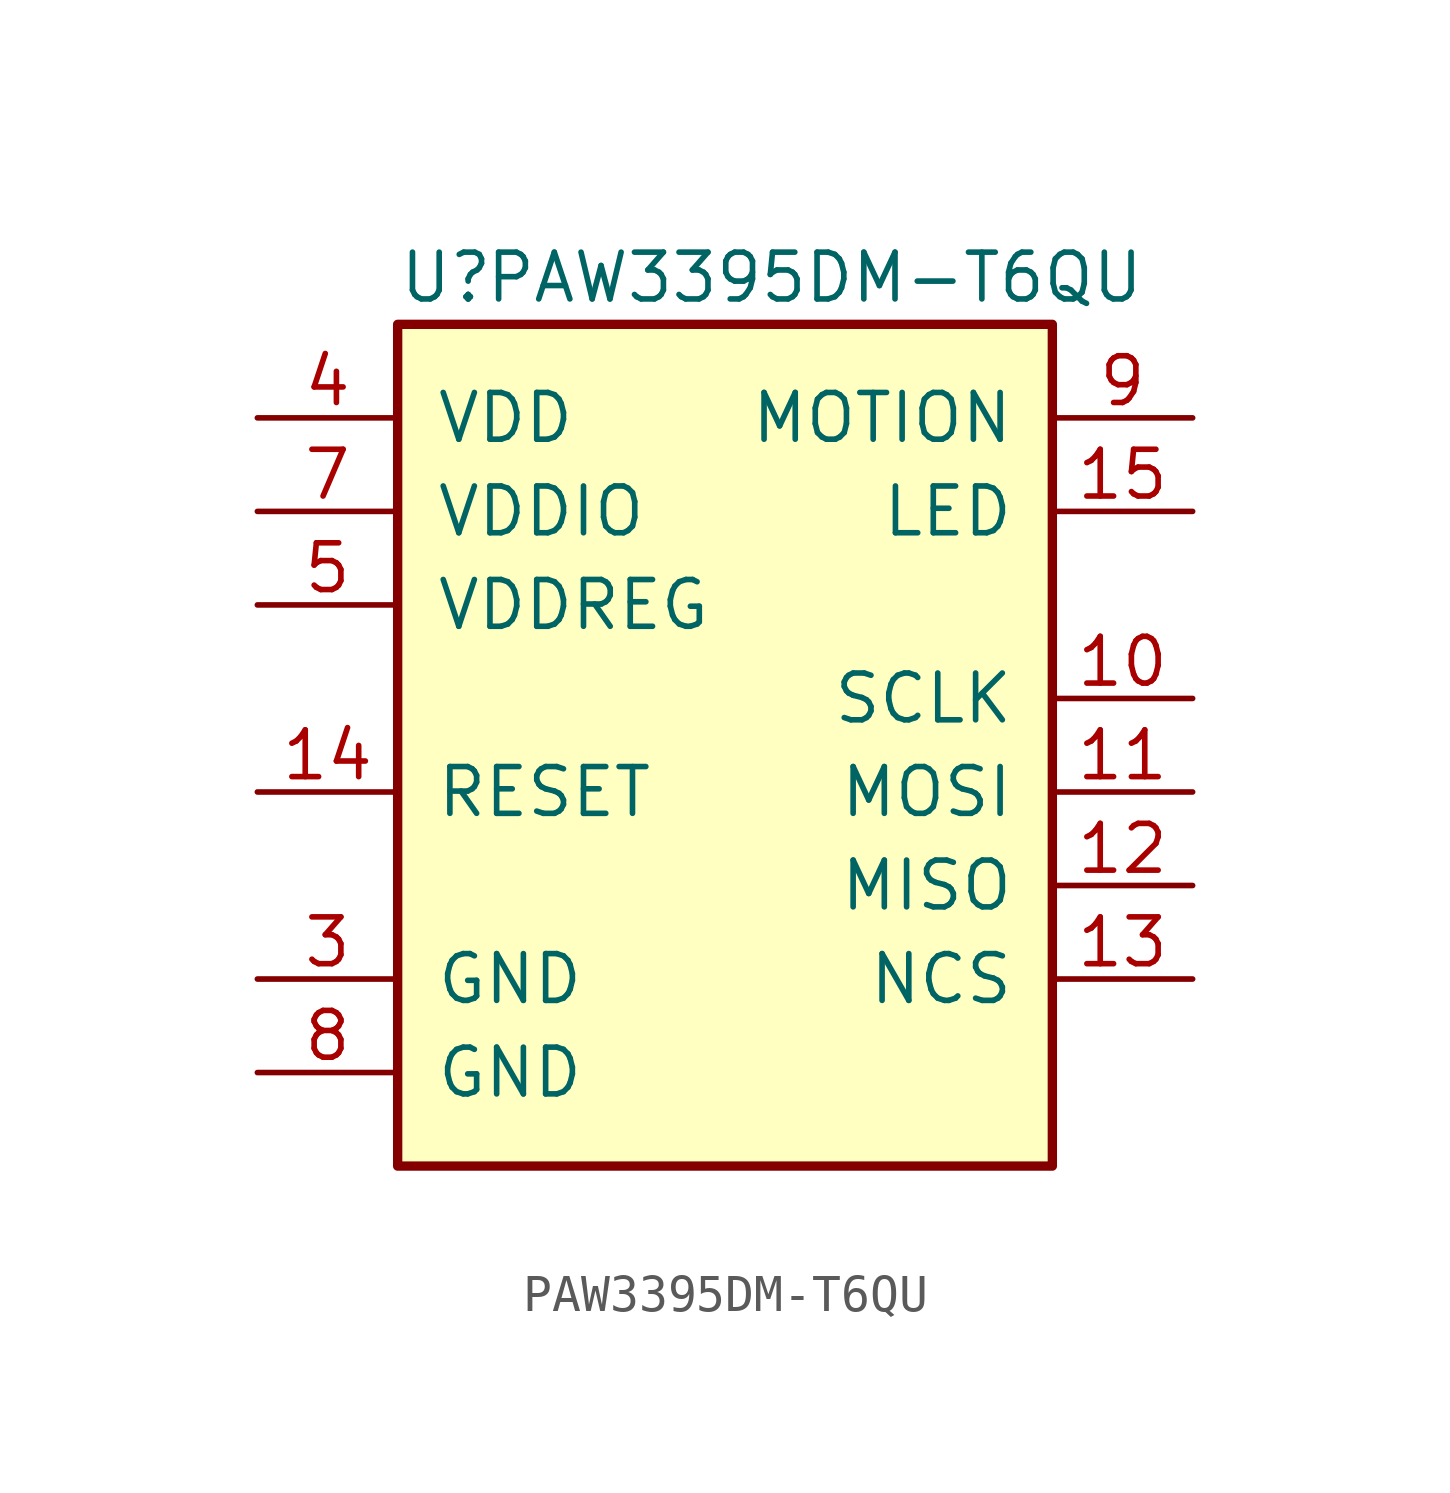
<source format=kicad_sym>
(kicad_symbol_lib
  (version 20220914)
  (generator kicad_symbol_editor)
  (symbol "PAW3395DM-T6QU"
    (pin_names
      (offset 1.016))
    (property "Reference" "U"
      (at -8.89 13.97 0)
      (effects (font (size 1.27 1.27)) (justify left)))
    (property "Value" "PAW3395DM-T6QU"
      (at 11.43 13.97 0)
      (effects (font (size 1.27 1.27)) (justify right)))
    (symbol "PAW3395DM-T6QU_0_1"
      (rectangle (start -8.89 12.7) (end 8.89 -10.16) (stroke (width 0.254) (type default)) (fill (type background))))
    (symbol "PAW3395DM-T6QU_1_1"
      (pin no_connect line (at -12.7 2.54 0) (length 3.81) hide (name "NC" (effects (font (size 1.27 1.27)))) (number "1" (effects (font (size 1.27 1.27)))))
      (pin input line (at 12.7 2.54 180) (length 3.81) (name "SCLK" (effects (font (size 1.27 1.27)))) (number "10" (effects (font (size 1.27 1.27)))))
      (pin input line (at 12.7 0 180) (length 3.81) (name "MOSI" (effects (font (size 1.27 1.27)))) (number "11" (effects (font (size 1.27 1.27)))))
      (pin output line (at 12.7 -2.54 180) (length 3.81) (name "MISO" (effects (font (size 1.27 1.27)))) (number "12" (effects (font (size 1.27 1.27)))))
      (pin input line (at 12.7 -5.08 180) (length 3.81) (name "NCS" (effects (font (size 1.27 1.27)))) (number "13" (effects (font (size 1.27 1.27)))))
      (pin passive line (at -12.7 0 0) (length 3.81) (name "RESET" (effects (font (size 1.27 1.27)))) (number "14" (effects (font (size 1.27 1.27)))))
      (pin input line (at 12.7 7.62 180) (length 3.81) (name "LED" (effects (font (size 1.27 1.27)))) (number "15" (effects (font (size 1.27 1.27)))))
      (pin no_connect line (at 12.7 5.08 180) (length 3.81) hide (name "NC" (effects (font (size 1.27 1.27)))) (number "16" (effects (font (size 1.27 1.27)))))
      (pin no_connect line (at -12.7 -2.54 0) (length 3.81) hide (name "NC" (effects (font (size 1.27 1.27)))) (number "2" (effects (font (size 1.27 1.27)))))
      (pin power_in line (at -12.7 -5.08 0) (length 3.81) (name "GND" (effects (font (size 1.27 1.27)))) (number "3" (effects (font (size 1.27 1.27)))))
      (pin power_in line (at -12.7 10.16 0) (length 3.81) (name "VDD" (effects (font (size 1.27 1.27)))) (number "4" (effects (font (size 1.27 1.27)))))
      (pin passive line (at -12.7 5.08 0) (length 3.81) (name "VDDREG" (effects (font (size 1.27 1.27)))) (number "5" (effects (font (size 1.27 1.27)))))
      (pin no_connect line (at 12.7 -7.62 180) (length 3.81) hide (name "NC" (effects (font (size 1.27 1.27)))) (number "6" (effects (font (size 1.27 1.27)))))
      (pin power_in line (at -12.7 7.62 0) (length 3.81) (name "VDDIO" (effects (font (size 1.27 1.27)))) (number "7" (effects (font (size 1.27 1.27)))))
      (pin power_in line (at -12.7 -7.62 0) (length 3.81) (name "GND" (effects (font (size 1.27 1.27)))) (number "8" (effects (font (size 1.27 1.27)))))
      (pin output line (at 12.7 10.16 180) (length 3.81) (name "MOTION" (effects (font (size 1.27 1.27)))) (number "9" (effects (font (size 1.27 1.27))))))))
</source>
